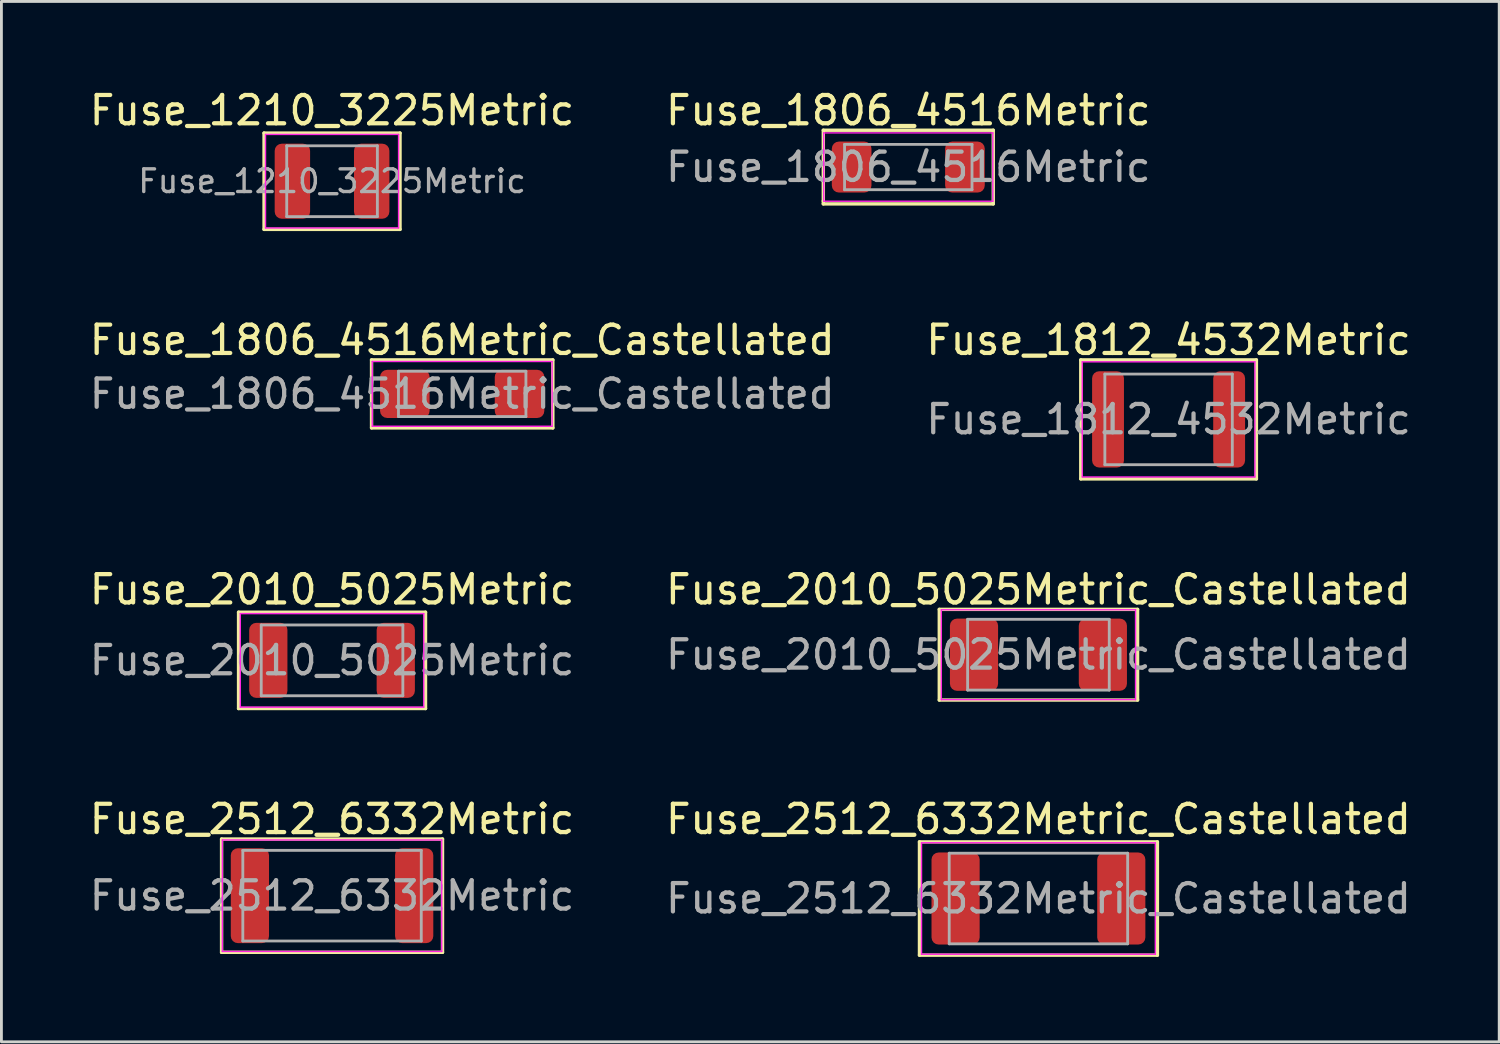
<source format=kicad_pcb>
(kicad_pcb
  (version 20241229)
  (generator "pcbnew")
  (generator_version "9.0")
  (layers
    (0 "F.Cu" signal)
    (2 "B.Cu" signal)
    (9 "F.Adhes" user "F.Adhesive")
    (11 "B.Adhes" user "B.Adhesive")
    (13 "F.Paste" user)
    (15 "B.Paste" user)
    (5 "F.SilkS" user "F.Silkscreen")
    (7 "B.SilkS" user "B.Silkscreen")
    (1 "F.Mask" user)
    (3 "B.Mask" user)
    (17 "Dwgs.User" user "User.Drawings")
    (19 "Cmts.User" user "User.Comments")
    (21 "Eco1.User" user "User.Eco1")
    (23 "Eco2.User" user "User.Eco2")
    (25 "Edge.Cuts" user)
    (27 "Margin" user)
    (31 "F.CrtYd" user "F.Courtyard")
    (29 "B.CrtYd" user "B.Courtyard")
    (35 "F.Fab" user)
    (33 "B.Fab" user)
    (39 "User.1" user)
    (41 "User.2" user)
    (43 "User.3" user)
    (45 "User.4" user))
  (footprint "Fuse_1812_4532Metric"
    (layer "F.Cu")
    (at 38.208 11.757)
    (property "Reference" "Fuse_1812_4532Metric" (at 0 -2.8 0) (layer "F.SilkS") (effects (font (size 1 1) (thickness 0.15))))
    (attr smd)
    (fp_line (start -3.1 -2.1) (end -3.1 2.1) (stroke (width 0.12) (type solid)) (layer "F.SilkS"))
    (fp_line (start -3.1 2.1) (end 3.1 2.1) (stroke (width 0.12) (type solid)) (layer "F.SilkS"))
    (fp_line (start 3.1 -2.1) (end -3.1 -2.1) (stroke (width 0.12) (type solid)) (layer "F.SilkS"))
    (fp_line (start 3.1 2.1) (end 3.1 -2.1) (stroke (width 0.12) (type solid)) (layer "F.SilkS"))
    (fp_line (start -3.048 -2.032) (end 3.048 -2.032) (stroke (width 0.05) (type solid)) (layer "F.CrtYd"))
    (fp_line (start -3.048 2.032) (end -3.048 -2.032) (stroke (width 0.05) (type solid)) (layer "F.CrtYd"))
    (fp_line (start 3.048 -2.032) (end 3.048 2.032) (stroke (width 0.05) (type solid)) (layer "F.CrtYd"))
    (fp_line (start 3.048 2.032) (end -3.048 2.032) (stroke (width 0.05) (type solid)) (layer "F.CrtYd"))
    (fp_line (start -2.25 -1.6) (end 2.25 -1.6) (stroke (width 0.1) (type solid)) (layer "F.Fab"))
    (fp_line (start -2.25 1.6) (end -2.25 -1.6) (stroke (width 0.1) (type solid)) (layer "F.Fab"))
    (fp_line (start 2.25 -1.6) (end 2.25 1.6) (stroke (width 0.1) (type solid)) (layer "F.Fab"))
    (fp_line (start 2.25 1.6) (end -2.25 1.6) (stroke (width 0.1) (type solid)) (layer "F.Fab"))
    (fp_text user "${REFERENCE}" (at 0 0 0) (layer "F.Fab") (effects (font (size 1 1) (thickness 0.15))))
    (pad "1" smd roundrect (at -2.138 0) (size 1.125 3.4) (layers "F.Cu" "F.Mask" "F.Paste") (roundrect_rratio 0.222))
    (pad "2" smd roundrect (at 2.138 0) (size 1.125 3.4) (layers "F.Cu" "F.Mask" "F.Paste") (roundrect_rratio 0.222)))
  (footprint "Fuse_2512_6332Metric_Castellated"
    (layer "F.Cu")
    (at 33.613 28.673)
    (property "Reference" "Fuse_2512_6332Metric_Castellated" (at 0 -2.8 0) (layer "F.SilkS") (effects (font (size 1 1) (thickness 0.15))))
    (attr smd)
    (fp_line (start -4.2 -2) (end -4.2 2) (stroke (width 0.12) (type solid)) (layer "F.SilkS"))
    (fp_line (start -4.2 2) (end 4.2 2) (stroke (width 0.12) (type solid)) (layer "F.SilkS"))
    (fp_line (start 4.2 -2) (end -4.2 -2) (stroke (width 0.12) (type solid)) (layer "F.SilkS"))
    (fp_line (start 4.2 2) (end 4.2 -2) (stroke (width 0.12) (type solid)) (layer "F.SilkS"))
    (fp_line (start -4.128 -1.968) (end 4.128 -1.968) (stroke (width 0.05) (type solid)) (layer "F.CrtYd"))
    (fp_line (start -4.128 1.968) (end -4.128 -1.968) (stroke (width 0.05) (type solid)) (layer "F.CrtYd"))
    (fp_line (start 4.128 -1.968) (end 4.128 1.968) (stroke (width 0.05) (type solid)) (layer "F.CrtYd"))
    (fp_line (start 4.128 1.968) (end -4.128 1.968) (stroke (width 0.05) (type solid)) (layer "F.CrtYd"))
    (fp_line (start -3.15 -1.6) (end 3.15 -1.6) (stroke (width 0.1) (type solid)) (layer "F.Fab"))
    (fp_line (start -3.15 1.6) (end -3.15 -1.6) (stroke (width 0.1) (type solid)) (layer "F.Fab"))
    (fp_line (start 3.15 -1.6) (end 3.15 1.6) (stroke (width 0.1) (type solid)) (layer "F.Fab"))
    (fp_line (start 3.15 1.6) (end -3.15 1.6) (stroke (width 0.1) (type solid)) (layer "F.Fab"))
    (fp_text user "${REFERENCE}" (at 0 0 0) (layer "F.Fab") (effects (font (size 1 1) (thickness 0.15))))
    (pad "1" smd roundrect (at -2.925 0) (size 1.7 3.25) (layers "F.Cu" "F.Mask" "F.Paste") (roundrect_rratio 0.147))
    (pad "2" smd roundrect (at 2.925 0) (size 1.7 3.25) (layers "F.Cu" "F.Mask" "F.Paste") (roundrect_rratio 0.147)))
  (footprint "Fuse_2010_5025Metric_Castellated"
    (layer "F.Cu")
    (at 33.613 20.065)
    (property "Reference" "Fuse_2010_5025Metric_Castellated" (at 0 -2.3 0) (layer "F.SilkS") (effects (font (size 1 1) (thickness 0.15))))
    (attr smd)
    (fp_line (start -3.5 -1.6) (end -3.5 1.6) (stroke (width 0.12) (type solid)) (layer "F.SilkS"))
    (fp_line (start -3.5 1.6) (end 3.5 1.6) (stroke (width 0.12) (type solid)) (layer "F.SilkS"))
    (fp_line (start 3.5 -1.6) (end -3.5 -1.6) (stroke (width 0.12) (type solid)) (layer "F.SilkS"))
    (fp_line (start 3.5 1.6) (end 3.5 -1.6) (stroke (width 0.12) (type solid)) (layer "F.SilkS"))
    (fp_line (start -3.429 -1.587) (end 3.429 -1.587) (stroke (width 0.05) (type solid)) (layer "F.CrtYd"))
    (fp_line (start -3.429 1.587) (end -3.429 -1.587) (stroke (width 0.05) (type solid)) (layer "F.CrtYd"))
    (fp_line (start 3.429 -1.587) (end 3.429 1.587) (stroke (width 0.05) (type solid)) (layer "F.CrtYd"))
    (fp_line (start 3.429 1.587) (end -3.429 1.587) (stroke (width 0.05) (type solid)) (layer "F.CrtYd"))
    (fp_line (start -2.5 -1.25) (end 2.5 -1.25) (stroke (width 0.1) (type solid)) (layer "F.Fab"))
    (fp_line (start -2.5 1.25) (end -2.5 -1.25) (stroke (width 0.1) (type solid)) (layer "F.Fab"))
    (fp_line (start 2.5 -1.25) (end 2.5 1.25) (stroke (width 0.1) (type solid)) (layer "F.Fab"))
    (fp_line (start 2.5 1.25) (end -2.5 1.25) (stroke (width 0.1) (type solid)) (layer "F.Fab"))
    (fp_text user "${REFERENCE}" (at 0 0 0) (layer "F.Fab") (effects (font (size 1 1) (thickness 0.15))))
    (pad "1" smd roundrect (at -2.275 0) (size 1.7 2.55) (layers "F.Cu" "F.Mask" "F.Paste") (roundrect_rratio 0.147))
    (pad "2" smd roundrect (at 2.275 0) (size 1.7 2.55) (layers "F.Cu" "F.Mask" "F.Paste") (roundrect_rratio 0.147)))
  (footprint "Fuse_1806_4516Metric"
    (layer "F.Cu")
    (at 29.018 2.848)
    (property "Reference" "Fuse_1806_4516Metric" (at 0 -2 0) (layer "F.SilkS") (effects (font (size 1 1) (thickness 0.15))))
    (attr smd)
    (fp_line (start -3 -1.3) (end -3 1.2) (stroke (width 0.12) (type solid)) (layer "F.SilkS"))
    (fp_line (start -3 1.2) (end -3 1.3) (stroke (width 0.12) (type solid)) (layer "F.SilkS"))
    (fp_line (start -3 1.3) (end 3 1.3) (stroke (width 0.12) (type solid)) (layer "F.SilkS"))
    (fp_line (start 3 -1.3) (end -3 -1.3) (stroke (width 0.12) (type solid)) (layer "F.SilkS"))
    (fp_line (start 3 1.3) (end 3 -1.3) (stroke (width 0.12) (type solid)) (layer "F.SilkS"))
    (fp_line (start -2.985 -1.206) (end 2.985 -1.206) (stroke (width 0.05) (type solid)) (layer "F.CrtYd"))
    (fp_line (start -2.985 1.206) (end -2.985 -1.206) (stroke (width 0.05) (type solid)) (layer "F.CrtYd"))
    (fp_line (start 2.985 -1.206) (end 2.985 1.206) (stroke (width 0.05) (type solid)) (layer "F.CrtYd"))
    (fp_line (start 2.985 1.206) (end -2.985 1.206) (stroke (width 0.05) (type solid)) (layer "F.CrtYd"))
    (fp_line (start -2.25 -0.8) (end 2.25 -0.8) (stroke (width 0.1) (type solid)) (layer "F.Fab"))
    (fp_line (start -2.25 0.8) (end -2.25 -0.8) (stroke (width 0.1) (type solid)) (layer "F.Fab"))
    (fp_line (start 2.25 -0.8) (end 2.25 0.8) (stroke (width 0.1) (type solid)) (layer "F.Fab"))
    (fp_line (start 2.25 0.8) (end -2.25 0.8) (stroke (width 0.1) (type solid)) (layer "F.Fab"))
    (fp_text user "${REFERENCE}" (at 0 0 0) (layer "F.Fab") (effects (font (size 1 1) (thickness 0.15))))
    (pad "1" smd roundrect (at -2 0) (size 1.4 1.8) (layers "F.Cu" "F.Mask" "F.Paste") (roundrect_rratio 0.179))
    (pad "2" smd roundrect (at 2 0) (size 1.4 1.8) (layers "F.Cu" "F.Mask" "F.Paste") (roundrect_rratio 0.179)))
  (footprint "Fuse_1210_3225Metric"
    (layer "F.Cu")
    (at 8.673 3.348)
    (property "Reference" "Fuse_1210_3225Metric" (at 0 -2.5 0) (layer "F.SilkS") (effects (font (size 1 1) (thickness 0.15))))
    (attr smd)
    (fp_line (start -2.4 -1.7) (end -2.4 1.7) (stroke (width 0.12) (type solid)) (layer "F.SilkS"))
    (fp_line (start -2.4 1.7) (end 2.4 1.7) (stroke (width 0.12) (type solid)) (layer "F.SilkS"))
    (fp_line (start 2.4 -1.7) (end -2.4 -1.7) (stroke (width 0.12) (type solid)) (layer "F.SilkS"))
    (fp_line (start 2.4 1.7) (end 2.4 -1.7) (stroke (width 0.12) (type solid)) (layer "F.SilkS"))
    (fp_line (start -2.349 -1.651) (end 2.349 -1.651) (stroke (width 0.05) (type solid)) (layer "F.CrtYd"))
    (fp_line (start -2.349 1.651) (end -2.349 -1.651) (stroke (width 0.05) (type solid)) (layer "F.CrtYd"))
    (fp_line (start 2.349 -1.651) (end 2.349 1.651) (stroke (width 0.05) (type solid)) (layer "F.CrtYd"))
    (fp_line (start 2.349 1.651) (end -2.349 1.651) (stroke (width 0.05) (type solid)) (layer "F.CrtYd"))
    (fp_line (start -1.6 -1.25) (end 1.6 -1.25) (stroke (width 0.1) (type solid)) (layer "F.Fab"))
    (fp_line (start -1.6 1.25) (end -1.6 -1.25) (stroke (width 0.1) (type solid)) (layer "F.Fab"))
    (fp_line (start 1.6 -1.25) (end 1.6 1.25) (stroke (width 0.1) (type solid)) (layer "F.Fab"))
    (fp_line (start 1.6 1.25) (end -1.6 1.25) (stroke (width 0.1) (type solid)) (layer "F.Fab"))
    (fp_text user "${REFERENCE}" (at 0 0 0) (layer "F.Fab") (effects (font (size 0.8 0.8) (thickness 0.12))))
    (pad "1" smd roundrect (at -1.4 0) (size 1.25 2.65) (layers "F.Cu" "F.Mask" "F.Paste") (roundrect_rratio 0.2))
    (pad "2" smd roundrect (at 1.4 0) (size 1.25 2.65) (layers "F.Cu" "F.Mask" "F.Paste") (roundrect_rratio 0.2)))
  (footprint "Fuse_2512_6332Metric"
    (layer "F.Cu")
    (at 8.673 28.573)
    (property "Reference" "Fuse_2512_6332Metric" (at 0 -2.7 0) (layer "F.SilkS") (effects (font (size 1 1) (thickness 0.15))))
    (attr smd)
    (fp_line (start -3.9 -2) (end -3.9 2) (stroke (width 0.12) (type solid)) (layer "F.SilkS"))
    (fp_line (start -3.9 2) (end 3.9 2) (stroke (width 0.12) (type solid)) (layer "F.SilkS"))
    (fp_line (start 3.9 -2) (end -3.9 -2) (stroke (width 0.12) (type solid)) (layer "F.SilkS"))
    (fp_line (start 3.9 2) (end 3.9 -2) (stroke (width 0.12) (type solid)) (layer "F.SilkS"))
    (fp_line (start -3.873 -1.968) (end 3.873 -1.968) (stroke (width 0.05) (type solid)) (layer "F.CrtYd"))
    (fp_line (start -3.873 1.968) (end -3.873 -1.968) (stroke (width 0.05) (type solid)) (layer "F.CrtYd"))
    (fp_line (start 3.873 -1.968) (end 3.873 1.968) (stroke (width 0.05) (type solid)) (layer "F.CrtYd"))
    (fp_line (start 3.873 1.968) (end -3.873 1.968) (stroke (width 0.05) (type solid)) (layer "F.CrtYd"))
    (fp_line (start -3.15 -1.6) (end 3.15 -1.6) (stroke (width 0.1) (type solid)) (layer "F.Fab"))
    (fp_line (start -3.15 1.6) (end -3.15 -1.6) (stroke (width 0.1) (type solid)) (layer "F.Fab"))
    (fp_line (start 3.15 -1.6) (end 3.15 1.6) (stroke (width 0.1) (type solid)) (layer "F.Fab"))
    (fp_line (start 3.15 1.6) (end -3.15 1.6) (stroke (width 0.1) (type solid)) (layer "F.Fab"))
    (fp_text user "${REFERENCE}" (at 0 0 0) (layer "F.Fab") (effects (font (size 1 1) (thickness 0.15))))
    (pad "1" smd roundrect (at -2.9 0) (size 1.35 3.35) (layers "F.Cu" "F.Mask" "F.Paste") (roundrect_rratio 0.185))
    (pad "2" smd roundrect (at 2.9 0) (size 1.35 3.35) (layers "F.Cu" "F.Mask" "F.Paste") (roundrect_rratio 0.185)))
  (footprint "Fuse_1806_4516Metric_Castellated"
    (layer "F.Cu")
    (at 13.268 10.857)
    (property "Reference" "Fuse_1806_4516Metric_Castellated" (at 0 -1.9 0) (layer "F.SilkS") (effects (font (size 1 1) (thickness 0.15))))
    (attr smd)
    (fp_line (start -3.2 -1.2) (end -3.2 1.2) (stroke (width 0.12) (type solid)) (layer "F.SilkS"))
    (fp_line (start -3.2 1.2) (end 3.2 1.2) (stroke (width 0.12) (type solid)) (layer "F.SilkS"))
    (fp_line (start 3.2 -1.2) (end -3.2 -1.2) (stroke (width 0.12) (type solid)) (layer "F.SilkS"))
    (fp_line (start 3.2 1.2) (end 3.2 -1.2) (stroke (width 0.12) (type solid)) (layer "F.SilkS"))
    (fp_line (start -3.175 -1.143) (end 3.175 -1.143) (stroke (width 0.05) (type solid)) (layer "F.CrtYd"))
    (fp_line (start -3.175 1.143) (end -3.175 -1.143) (stroke (width 0.05) (type solid)) (layer "F.CrtYd"))
    (fp_line (start 3.175 -1.143) (end 3.175 1.143) (stroke (width 0.05) (type solid)) (layer "F.CrtYd"))
    (fp_line (start 3.175 1.143) (end -3.175 1.143) (stroke (width 0.05) (type solid)) (layer "F.CrtYd"))
    (fp_line (start -2.25 -0.8) (end 2.25 -0.8) (stroke (width 0.1) (type solid)) (layer "F.Fab"))
    (fp_line (start -2.25 0.8) (end -2.25 -0.8) (stroke (width 0.1) (type solid)) (layer "F.Fab"))
    (fp_line (start 2.25 -0.8) (end 2.25 0.8) (stroke (width 0.1) (type solid)) (layer "F.Fab"))
    (fp_line (start 2.25 0.8) (end -2.25 0.8) (stroke (width 0.1) (type solid)) (layer "F.Fab"))
    (fp_text user "${REFERENCE}" (at 0 0 0) (layer "F.Fab") (effects (font (size 1 1) (thickness 0.15))))
    (pad "1" smd roundrect (at -2.025 0) (size 1.75 1.7) (layers "F.Cu" "F.Mask" "F.Paste") (roundrect_rratio 0.147))
    (pad "2" smd roundrect (at 2.025 0) (size 1.75 1.7) (layers "F.Cu" "F.Mask" "F.Paste") (roundrect_rratio 0.147)))
  (footprint "Fuse_2010_5025Metric"
    (layer "F.Cu")
    (at 8.673 20.265)
    (property "Reference" "Fuse_2010_5025Metric" (at 0 -2.5 0) (layer "F.SilkS") (effects (font (size 1 1) (thickness 0.15))))
    (attr smd)
    (fp_line (start -3.3 -1.7) (end -3.3 1.7) (stroke (width 0.12) (type solid)) (layer "F.SilkS"))
    (fp_line (start -3.3 1.7) (end 3.3 1.7) (stroke (width 0.12) (type solid)) (layer "F.SilkS"))
    (fp_line (start 3.3 -1.7) (end -3.3 -1.7) (stroke (width 0.12) (type solid)) (layer "F.SilkS"))
    (fp_line (start 3.3 1.7) (end 3.3 -1.7) (stroke (width 0.12) (type solid)) (layer "F.SilkS"))
    (fp_line (start -3.239 -1.651) (end 3.239 -1.651) (stroke (width 0.05) (type solid)) (layer "F.CrtYd"))
    (fp_line (start -3.239 1.651) (end -3.239 -1.651) (stroke (width 0.05) (type solid)) (layer "F.CrtYd"))
    (fp_line (start 3.239 -1.651) (end 3.239 1.651) (stroke (width 0.05) (type solid)) (layer "F.CrtYd"))
    (fp_line (start 3.239 1.651) (end -3.239 1.651) (stroke (width 0.05) (type solid)) (layer "F.CrtYd"))
    (fp_line (start -2.5 -1.25) (end 2.5 -1.25) (stroke (width 0.1) (type solid)) (layer "F.Fab"))
    (fp_line (start -2.5 1.25) (end -2.5 -1.25) (stroke (width 0.1) (type solid)) (layer "F.Fab"))
    (fp_line (start 2.5 -1.25) (end 2.5 1.25) (stroke (width 0.1) (type solid)) (layer "F.Fab"))
    (fp_line (start 2.5 1.25) (end -2.5 1.25) (stroke (width 0.1) (type solid)) (layer "F.Fab"))
    (fp_text user "${REFERENCE}" (at 0 0 0) (layer "F.Fab") (effects (font (size 1 1) (thickness 0.15))))
    (pad "1" smd roundrect (at -2.25 0) (size 1.35 2.65) (layers "F.Cu" "F.Mask" "F.Paste") (roundrect_rratio 0.185))
    (pad "2" smd roundrect (at 2.25 0) (size 1.35 2.65) (layers "F.Cu" "F.Mask" "F.Paste") (roundrect_rratio 0.185)))
  (gr_rect
    (start -3 -3)
    (end 49.881 33.733)
    (stroke (width 0.1) (type default))
    (fill no)
    (layer "Edge.Cuts")))
</source>
